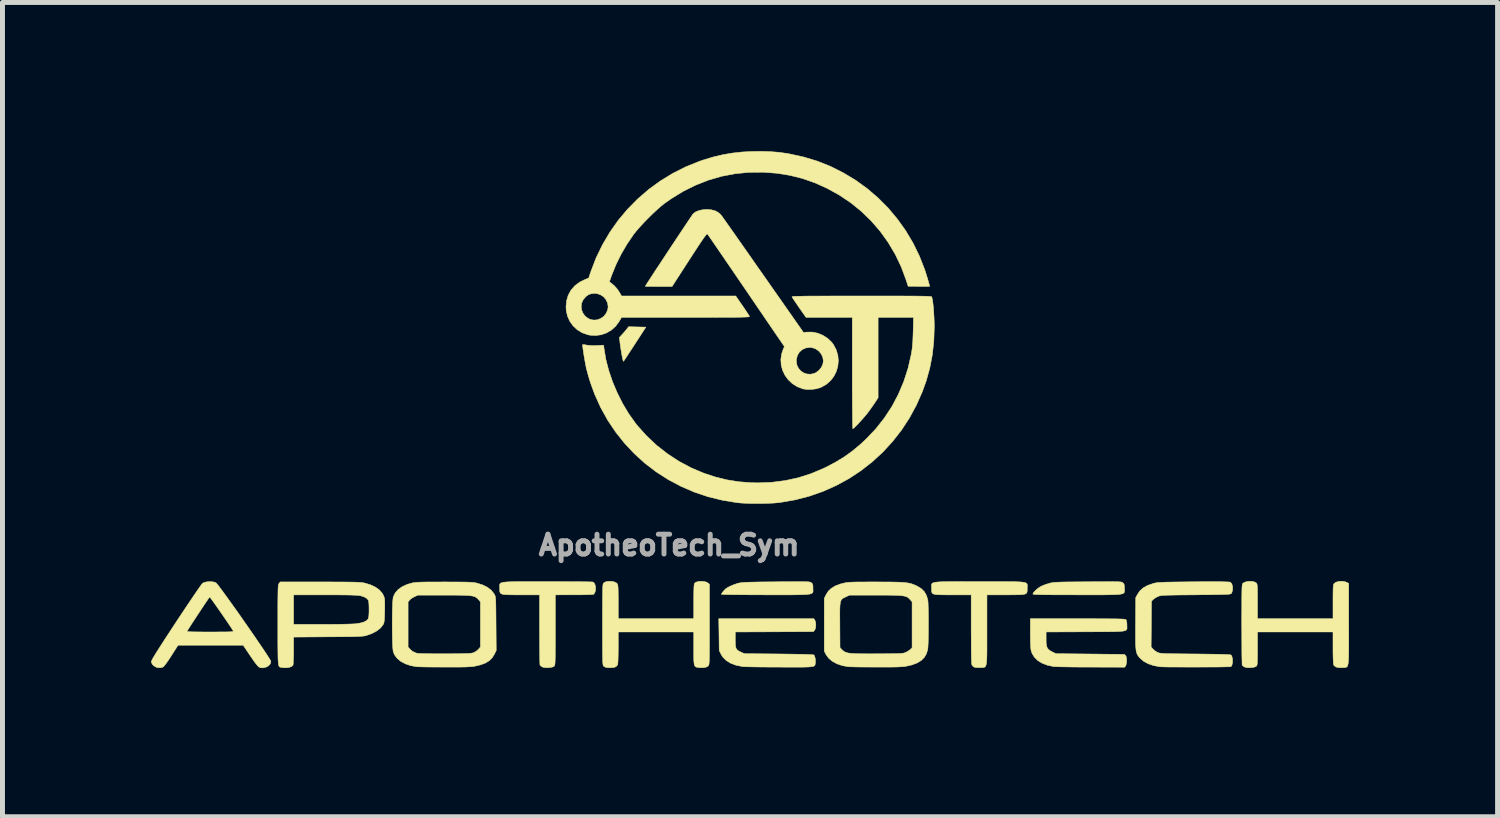
<source format=kicad_pcb>
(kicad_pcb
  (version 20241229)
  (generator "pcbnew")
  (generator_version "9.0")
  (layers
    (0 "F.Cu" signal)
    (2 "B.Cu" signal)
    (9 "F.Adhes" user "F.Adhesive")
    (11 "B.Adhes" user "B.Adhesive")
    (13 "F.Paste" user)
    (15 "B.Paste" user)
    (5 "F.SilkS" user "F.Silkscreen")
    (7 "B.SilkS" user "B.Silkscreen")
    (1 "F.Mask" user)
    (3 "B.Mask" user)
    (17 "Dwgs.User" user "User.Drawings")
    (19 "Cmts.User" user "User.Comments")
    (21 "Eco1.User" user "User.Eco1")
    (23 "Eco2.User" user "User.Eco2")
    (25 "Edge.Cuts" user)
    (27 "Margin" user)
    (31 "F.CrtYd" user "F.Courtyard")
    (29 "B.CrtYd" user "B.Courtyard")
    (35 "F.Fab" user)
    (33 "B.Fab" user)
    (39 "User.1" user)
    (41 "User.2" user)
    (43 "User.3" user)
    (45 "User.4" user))
  (footprint "ApotheoTech_Sym"
    (layer "F.Cu")
    (at 12.083 5.21)
    (property "Reference" "ApotheoTech_Sym" (at -1.626 2.743 0) (layer "F.Fab") (effects (font (size 0.4 0.4) (thickness 0.1))))
    (attr through_hole)
    (fp_poly (pts (xy -2.27 -1.661) (xy -2.096 -1.657) (xy -2.319 -1.314) (xy -2.373 -1.231) (xy -2.423 -1.155) (xy -2.467 -1.088) (xy -2.502 -1.034) (xy -2.529 -0.994) (xy -2.544 -0.972) (xy -2.546 -0.967) (xy -2.553 -0.974) (xy -2.557 -0.986) (xy -2.567 -1.027) (xy -2.579 -1.086) (xy -2.591 -1.156) (xy -2.603 -1.229) (xy -2.613 -1.299) (xy -2.617 -1.331) (xy -2.631 -1.449) (xy -2.57 -1.515) (xy -2.533 -1.556) (xy -2.499 -1.596) (xy -2.477 -1.623) (xy -2.445 -1.665) (xy -2.27 -1.661)) (stroke (width 0.01) (type solid)) (fill yes) (layer "F.SilkS"))
    (fp_poly (pts (xy 1.314 4.257) (xy 1.328 4.294) (xy 1.334 4.344) (xy 1.331 4.397) (xy 1.32 4.441) (xy 1.309 4.459) (xy 1.285 4.489) (xy 0.496 4.493) (xy -0.292 4.496) (xy -0.292 4.653) (xy -0.291 4.729) (xy -0.287 4.785) (xy -0.276 4.825) (xy -0.258 4.853) (xy -0.229 4.876) (xy -0.188 4.898) (xy -0.175 4.904) (xy -0.108 4.934) (xy 0.587 4.94) (xy 0.754 4.942) (xy 0.897 4.944) (xy 1.017 4.946) (xy 1.114 4.948) (xy 1.189 4.951) (xy 1.244 4.954) (xy 1.279 4.957) (xy 1.295 4.96) (xy 1.296 4.961) (xy 1.311 4.989) (xy 1.322 5.032) (xy 1.327 5.08) (xy 1.325 5.118) (xy 1.322 5.137) (xy 1.32 5.153) (xy 1.315 5.167) (xy 1.306 5.178) (xy 1.292 5.187) (xy 1.269 5.193) (xy 1.237 5.198) (xy 1.193 5.202) (xy 1.135 5.204) (xy 1.062 5.206) (xy 0.97 5.206) (xy 0.859 5.206) (xy 0.726 5.206) (xy 0.598 5.205) (xy 0.467 5.205) (xy 0.341 5.204) (xy 0.225 5.203) (xy 0.119 5.202) (xy 0.027 5.2) (xy -0.048 5.199) (xy -0.104 5.197) (xy -0.139 5.195) (xy -0.146 5.194) (xy -0.278 5.167) (xy -0.388 5.125) (xy -0.477 5.07) (xy -0.545 5.001) (xy -0.58 4.943) (xy -0.616 4.87) (xy -0.62 4.55) (xy -0.625 4.229) (xy 1.294 4.229) (xy 1.314 4.257)) (stroke (width 0.01) (type solid)) (fill yes) (layer "F.SilkS"))
    (fp_poly (pts (xy 1.069 3.481) (xy 1.121 3.482) (xy 1.161 3.483) (xy 1.19 3.485) (xy 1.211 3.488) (xy 1.225 3.492) (xy 1.235 3.496) (xy 1.243 3.501) (xy 1.245 3.503) (xy 1.262 3.52) (xy 1.272 3.541) (xy 1.276 3.573) (xy 1.276 3.613) (xy 1.277 3.638) (xy 1.278 3.66) (xy 1.278 3.678) (xy 1.274 3.694) (xy 1.266 3.707) (xy 1.251 3.718) (xy 1.229 3.727) (xy 1.196 3.733) (xy 1.153 3.739) (xy 1.096 3.742) (xy 1.024 3.744) (xy 0.936 3.746) (xy 0.829 3.747) (xy 0.703 3.747) (xy 0.555 3.747) (xy 0.385 3.747) (xy 0.322 3.747) (xy 0.173 3.746) (xy 0.032 3.746) (xy -0.1 3.745) (xy -0.219 3.744) (xy -0.324 3.743) (xy -0.413 3.742) (xy -0.485 3.74) (xy -0.536 3.739) (xy -0.565 3.737) (xy -0.572 3.736) (xy -0.564 3.718) (xy -0.544 3.689) (xy -0.517 3.657) (xy -0.49 3.629) (xy -0.489 3.628) (xy -0.451 3.602) (xy -0.395 3.572) (xy -0.33 3.545) (xy -0.263 3.521) (xy -0.221 3.509) (xy -0.198 3.505) (xy -0.17 3.501) (xy -0.134 3.497) (xy -0.089 3.494) (xy -0.033 3.492) (xy 0.037 3.49) (xy 0.124 3.488) (xy 0.228 3.486) (xy 0.353 3.485) (xy 0.501 3.484) (xy 0.54 3.483) (xy 0.688 3.482) (xy 0.813 3.481) (xy 0.917 3.481) (xy 1.001 3.481) (xy 1.069 3.481)) (stroke (width 0.01) (type solid)) (fill yes) (layer "F.SilkS"))
    (fp_poly (pts (xy 7.352 3.481) (xy 7.405 3.482) (xy 7.446 3.483) (xy 7.476 3.485) (xy 7.497 3.488) (xy 7.511 3.492) (xy 7.521 3.496) (xy 7.529 3.501) (xy 7.532 3.503) (xy 7.549 3.52) (xy 7.558 3.541) (xy 7.562 3.573) (xy 7.563 3.613) (xy 7.564 3.638) (xy 7.565 3.66) (xy 7.564 3.678) (xy 7.561 3.694) (xy 7.553 3.707) (xy 7.538 3.718) (xy 7.515 3.727) (xy 7.483 3.733) (xy 7.439 3.739) (xy 7.382 3.742) (xy 7.31 3.744) (xy 7.222 3.746) (xy 7.116 3.747) (xy 6.99 3.747) (xy 6.842 3.747) (xy 6.671 3.747) (xy 6.609 3.747) (xy 6.433 3.746) (xy 6.282 3.746) (xy 6.152 3.746) (xy 6.043 3.745) (xy 5.953 3.744) (xy 5.88 3.743) (xy 5.823 3.742) (xy 5.78 3.74) (xy 5.749 3.738) (xy 5.729 3.735) (xy 5.718 3.732) (xy 5.715 3.729) (xy 5.725 3.706) (xy 5.751 3.675) (xy 5.788 3.64) (xy 5.83 3.606) (xy 5.873 3.579) (xy 5.881 3.575) (xy 5.927 3.554) (xy 5.985 3.533) (xy 6.043 3.515) (xy 6.043 3.515) (xy 6.066 3.509) (xy 6.088 3.504) (xy 6.113 3.5) (xy 6.143 3.496) (xy 6.179 3.493) (xy 6.226 3.491) (xy 6.283 3.489) (xy 6.355 3.487) (xy 6.443 3.486) (xy 6.549 3.485) (xy 6.676 3.484) (xy 6.82 3.483) (xy 6.969 3.482) (xy 7.095 3.481) (xy 7.199 3.481) (xy 7.284 3.48) (xy 7.352 3.481)) (stroke (width 0.01) (type solid)) (fill yes) (layer "F.SilkS"))
    (fp_poly (pts (xy 6.801 4.229) (xy 6.957 4.229) (xy 7.091 4.23) (xy 7.204 4.23) (xy 7.299 4.231) (xy 7.378 4.231) (xy 7.44 4.233) (xy 7.49 4.234) (xy 7.527 4.236) (xy 7.555 4.238) (xy 7.574 4.241) (xy 7.586 4.244) (xy 7.593 4.247) (xy 7.596 4.25) (xy 7.607 4.278) (xy 7.613 4.326) (xy 7.614 4.358) (xy 7.614 4.384) (xy 7.615 4.406) (xy 7.615 4.425) (xy 7.611 4.441) (xy 7.602 4.454) (xy 7.586 4.465) (xy 7.561 4.473) (xy 7.526 4.48) (xy 7.479 4.484) (xy 7.417 4.487) (xy 7.34 4.49) (xy 7.245 4.491) (xy 7.131 4.492) (xy 6.995 4.492) (xy 6.837 4.493) (xy 6.775 4.493) (xy 5.982 4.496) (xy 5.982 4.633) (xy 5.983 4.712) (xy 5.99 4.771) (xy 6.004 4.814) (xy 6.028 4.847) (xy 6.063 4.874) (xy 6.102 4.896) (xy 6.179 4.934) (xy 6.871 4.941) (xy 7.001 4.942) (xy 7.123 4.944) (xy 7.235 4.945) (xy 7.334 4.946) (xy 7.419 4.947) (xy 7.486 4.948) (xy 7.534 4.949) (xy 7.561 4.95) (xy 7.565 4.95) (xy 7.575 4.96) (xy 7.587 4.973) (xy 7.6 4.999) (xy 7.607 5.042) (xy 7.607 5.091) (xy 7.602 5.137) (xy 7.591 5.173) (xy 7.588 5.179) (xy 7.568 5.207) (xy 6.886 5.205) (xy 6.754 5.205) (xy 6.628 5.204) (xy 6.509 5.203) (xy 6.402 5.201) (xy 6.309 5.2) (xy 6.231 5.198) (xy 6.173 5.196) (xy 6.136 5.194) (xy 6.128 5.193) (xy 6.005 5.166) (xy 5.899 5.125) (xy 5.812 5.071) (xy 5.744 5.003) (xy 5.697 4.925) (xy 5.678 4.864) (xy 5.674 4.832) (xy 5.67 4.779) (xy 5.667 4.711) (xy 5.665 4.631) (xy 5.664 4.545) (xy 5.664 4.514) (xy 5.664 4.229) (xy 6.621 4.229) (xy 6.801 4.229)) (stroke (width 0.01) (type solid)) (fill yes) (layer "F.SilkS"))
    (fp_poly (pts (xy -4.33 3.48) (xy -4.159 3.48) (xy -4.091 3.48) (xy -3.942 3.48) (xy -3.8 3.48) (xy -3.666 3.481) (xy -3.545 3.482) (xy -3.436 3.482) (xy -3.343 3.483) (xy -3.267 3.484) (xy -3.211 3.485) (xy -3.177 3.487) (xy -3.167 3.487) (xy -3.14 3.507) (xy -3.122 3.543) (xy -3.112 3.59) (xy -3.112 3.64) (xy -3.121 3.687) (xy -3.141 3.724) (xy -3.155 3.737) (xy -3.17 3.739) (xy -3.208 3.741) (xy -3.265 3.743) (xy -3.338 3.745) (xy -3.422 3.746) (xy -3.516 3.746) (xy -3.546 3.746) (xy -3.924 3.747) (xy -3.924 4.456) (xy -3.924 4.608) (xy -3.924 4.737) (xy -3.925 4.844) (xy -3.925 4.932) (xy -3.926 5.003) (xy -3.927 5.059) (xy -3.929 5.101) (xy -3.931 5.132) (xy -3.934 5.154) (xy -3.937 5.169) (xy -3.941 5.178) (xy -3.946 5.185) (xy -3.949 5.188) (xy -3.98 5.203) (xy -4.026 5.213) (xy -4.081 5.217) (xy -4.134 5.215) (xy -4.178 5.206) (xy -4.186 5.202) (xy -4.215 5.184) (xy -4.233 5.164) (xy -4.234 5.163) (xy -4.235 5.146) (xy -4.237 5.107) (xy -4.238 5.047) (xy -4.239 4.969) (xy -4.24 4.875) (xy -4.241 4.767) (xy -4.241 4.648) (xy -4.242 4.521) (xy -4.242 4.444) (xy -4.242 3.747) (xy -4.615 3.747) (xy -4.731 3.747) (xy -4.824 3.746) (xy -4.897 3.744) (xy -4.952 3.74) (xy -4.991 3.734) (xy -5.018 3.723) (xy -5.035 3.709) (xy -5.043 3.689) (xy -5.046 3.663) (xy -5.047 3.63) (xy -5.047 3.613) (xy -5.047 3.588) (xy -5.048 3.566) (xy -5.048 3.548) (xy -5.045 3.532) (xy -5.037 3.519) (xy -5.022 3.508) (xy -5 3.5) (xy -4.968 3.493) (xy -4.924 3.488) (xy -4.867 3.484) (xy -4.796 3.482) (xy -4.708 3.48) (xy -4.602 3.48) (xy -4.477 3.48) (xy -4.33 3.48)) (stroke (width 0.01) (type solid)) (fill yes) (layer "F.SilkS"))
    (fp_poly (pts (xy 4.372 3.48) (xy 4.539 3.48) (xy 4.636 3.48) (xy 4.816 3.48) (xy 4.972 3.48) (xy 5.106 3.48) (xy 5.22 3.48) (xy 5.315 3.481) (xy 5.393 3.483) (xy 5.456 3.486) (xy 5.505 3.49) (xy 5.542 3.496) (xy 5.568 3.504) (xy 5.586 3.513) (xy 5.596 3.525) (xy 5.602 3.54) (xy 5.603 3.557) (xy 5.602 3.577) (xy 5.601 3.6) (xy 5.601 3.613) (xy 5.601 3.649) (xy 5.599 3.678) (xy 5.594 3.7) (xy 5.582 3.717) (xy 5.561 3.729) (xy 5.528 3.738) (xy 5.482 3.743) (xy 5.419 3.745) (xy 5.337 3.746) (xy 5.233 3.747) (xy 5.169 3.747) (xy 4.788 3.747) (xy 4.788 4.456) (xy 4.788 4.613) (xy 4.788 4.747) (xy 4.788 4.859) (xy 4.787 4.952) (xy 4.785 5.027) (xy 4.782 5.086) (xy 4.777 5.131) (xy 4.77 5.164) (xy 4.761 5.187) (xy 4.749 5.201) (xy 4.734 5.209) (xy 4.716 5.213) (xy 4.693 5.214) (xy 4.667 5.214) (xy 4.652 5.215) (xy 4.602 5.215) (xy 4.558 5.212) (xy 4.533 5.206) (xy 4.502 5.185) (xy 4.485 5.162) (xy 4.481 5.145) (xy 4.478 5.11) (xy 4.476 5.057) (xy 4.474 4.984) (xy 4.472 4.89) (xy 4.471 4.774) (xy 4.471 4.634) (xy 4.47 4.471) (xy 4.47 4.438) (xy 4.47 3.747) (xy 4.096 3.747) (xy 3.981 3.747) (xy 3.888 3.746) (xy 3.816 3.744) (xy 3.762 3.74) (xy 3.723 3.734) (xy 3.697 3.723) (xy 3.682 3.709) (xy 3.673 3.689) (xy 3.671 3.663) (xy 3.67 3.63) (xy 3.67 3.613) (xy 3.67 3.588) (xy 3.668 3.567) (xy 3.668 3.548) (xy 3.671 3.532) (xy 3.679 3.519) (xy 3.693 3.508) (xy 3.714 3.5) (xy 3.746 3.493) (xy 3.788 3.488) (xy 3.843 3.484) (xy 3.913 3.482) (xy 3.999 3.48) (xy 4.103 3.48) (xy 4.227 3.479) (xy 4.372 3.48)) (stroke (width 0.01) (type solid)) (fill yes) (layer "F.SilkS"))
    (fp_poly (pts (xy -2.746 3.482) (xy -2.699 3.5) (xy -2.677 3.519) (xy -2.67 3.529) (xy -2.665 3.544) (xy -2.661 3.566) (xy -2.658 3.598) (xy -2.656 3.644) (xy -2.655 3.706) (xy -2.654 3.788) (xy -2.654 3.888) (xy -2.654 4.229) (xy -1.13 4.229) (xy -1.13 3.882) (xy -1.13 3.772) (xy -1.129 3.685) (xy -1.127 3.618) (xy -1.125 3.57) (xy -1.121 3.537) (xy -1.116 3.518) (xy -1.114 3.513) (xy -1.084 3.491) (xy -1.038 3.478) (xy -0.983 3.473) (xy -0.927 3.477) (xy -0.877 3.489) (xy -0.841 3.509) (xy -0.813 3.535) (xy -0.813 4.346) (xy -0.813 4.509) (xy -0.813 4.649) (xy -0.813 4.768) (xy -0.814 4.866) (xy -0.814 4.947) (xy -0.815 5.012) (xy -0.817 5.063) (xy -0.818 5.101) (xy -0.821 5.13) (xy -0.823 5.15) (xy -0.827 5.163) (xy -0.831 5.172) (xy -0.835 5.179) (xy -0.837 5.181) (xy -0.878 5.205) (xy -0.937 5.217) (xy -1.01 5.216) (xy -1.019 5.215) (xy -1.051 5.211) (xy -1.076 5.206) (xy -1.095 5.197) (xy -1.109 5.181) (xy -1.119 5.156) (xy -1.125 5.118) (xy -1.129 5.065) (xy -1.13 4.994) (xy -1.13 4.902) (xy -1.13 4.83) (xy -1.13 4.496) (xy -2.654 4.496) (xy -2.654 4.813) (xy -2.655 4.932) (xy -2.657 5.027) (xy -2.66 5.098) (xy -2.664 5.143) (xy -2.669 5.161) (xy -2.691 5.188) (xy -2.721 5.206) (xy -2.763 5.215) (xy -2.817 5.218) (xy -2.871 5.216) (xy -2.902 5.211) (xy -2.932 5.197) (xy -2.95 5.185) (xy -2.954 5.179) (xy -2.958 5.171) (xy -2.961 5.157) (xy -2.964 5.137) (xy -2.966 5.108) (xy -2.968 5.068) (xy -2.969 5.015) (xy -2.97 4.948) (xy -2.971 4.865) (xy -2.971 4.764) (xy -2.972 4.642) (xy -2.972 4.499) (xy -2.972 4.348) (xy -2.972 4.183) (xy -2.972 4.043) (xy -2.971 3.923) (xy -2.971 3.824) (xy -2.97 3.742) (xy -2.969 3.677) (xy -2.968 3.625) (xy -2.966 3.586) (xy -2.964 3.557) (xy -2.961 3.537) (xy -2.958 3.523) (xy -2.954 3.514) (xy -2.949 3.508) (xy -2.948 3.507) (xy -2.911 3.485) (xy -2.86 3.474) (xy -2.802 3.473) (xy -2.746 3.482)) (stroke (width 0.01) (type solid)) (fill yes) (layer "F.SilkS"))
    (fp_poly (pts (xy 11.998 3.477) (xy 12.05 3.494) (xy 12.062 3.5) (xy 12.09 3.518) (xy 12.09 4.342) (xy 12.091 4.511) (xy 12.091 4.657) (xy 12.091 4.781) (xy 12.09 4.885) (xy 12.089 4.971) (xy 12.087 5.04) (xy 12.083 5.095) (xy 12.078 5.136) (xy 12.071 5.167) (xy 12.063 5.188) (xy 12.052 5.201) (xy 12.038 5.209) (xy 12.022 5.213) (xy 12.003 5.214) (xy 11.981 5.215) (xy 11.966 5.216) (xy 11.893 5.216) (xy 11.836 5.204) (xy 11.798 5.178) (xy 11.787 5.162) (xy 11.782 5.135) (xy 11.778 5.084) (xy 11.775 5.007) (xy 11.773 4.905) (xy 11.773 4.813) (xy 11.773 4.496) (xy 10.249 4.496) (xy 10.249 4.83) (xy 10.249 4.931) (xy 10.248 5.01) (xy 10.247 5.07) (xy 10.246 5.113) (xy 10.243 5.143) (xy 10.239 5.163) (xy 10.234 5.176) (xy 10.227 5.185) (xy 10.224 5.188) (xy 10.193 5.203) (xy 10.147 5.213) (xy 10.092 5.217) (xy 10.039 5.215) (xy 9.995 5.206) (xy 9.987 5.202) (xy 9.958 5.184) (xy 9.94 5.164) (xy 9.94 5.163) (xy 9.938 5.147) (xy 9.937 5.107) (xy 9.936 5.047) (xy 9.934 4.968) (xy 9.933 4.872) (xy 9.933 4.762) (xy 9.932 4.64) (xy 9.932 4.508) (xy 9.931 4.369) (xy 9.931 4.338) (xy 9.931 4.175) (xy 9.932 4.036) (xy 9.932 3.918) (xy 9.932 3.82) (xy 9.933 3.74) (xy 9.934 3.676) (xy 9.935 3.626) (xy 9.937 3.588) (xy 9.939 3.56) (xy 9.942 3.541) (xy 9.945 3.528) (xy 9.95 3.52) (xy 9.954 3.514) (xy 9.956 3.512) (xy 9.995 3.49) (xy 10.048 3.477) (xy 10.107 3.473) (xy 10.163 3.479) (xy 10.208 3.495) (xy 10.225 3.507) (xy 10.232 3.516) (xy 10.238 3.528) (xy 10.242 3.546) (xy 10.245 3.574) (xy 10.247 3.615) (xy 10.248 3.671) (xy 10.249 3.745) (xy 10.249 3.841) (xy 10.249 3.88) (xy 10.249 4.229) (xy 11.773 4.229) (xy 11.773 3.888) (xy 11.773 3.784) (xy 11.774 3.704) (xy 11.775 3.642) (xy 11.777 3.597) (xy 11.779 3.565) (xy 11.783 3.543) (xy 11.789 3.529) (xy 11.795 3.519) (xy 11.83 3.493) (xy 11.881 3.478) (xy 11.939 3.472) (xy 11.998 3.477)) (stroke (width 0.01) (type solid)) (fill yes) (layer "F.SilkS"))
    (fp_poly (pts (xy -10.83 3.485) (xy -10.784 3.498) (xy -10.775 3.503) (xy -10.76 3.518) (xy -10.732 3.552) (xy -10.693 3.603) (xy -10.644 3.668) (xy -10.587 3.747) (xy -10.523 3.835) (xy -10.453 3.933) (xy -10.378 4.037) (xy -10.301 4.146) (xy -10.223 4.258) (xy -10.144 4.371) (xy -10.067 4.482) (xy -9.993 4.589) (xy -9.923 4.692) (xy -9.858 4.787) (xy -9.8 4.873) (xy -9.751 4.947) (xy -9.712 5.008) (xy -9.683 5.054) (xy -9.668 5.083) (xy -9.665 5.091) (xy -9.676 5.137) (xy -9.709 5.176) (xy -9.757 5.204) (xy -9.818 5.219) (xy -9.841 5.22) (xy -9.865 5.218) (xy -9.887 5.212) (xy -9.91 5.2) (xy -9.934 5.177) (xy -9.963 5.143) (xy -9.999 5.095) (xy -10.045 5.029) (xy -10.09 4.963) (xy -10.225 4.763) (xy -11.539 4.763) (xy -11.676 4.977) (xy -11.73 5.06) (xy -11.776 5.126) (xy -11.812 5.173) (xy -11.837 5.2) (xy -11.844 5.205) (xy -11.901 5.219) (xy -11.962 5.213) (xy -11.995 5.2) (xy -12.045 5.165) (xy -12.072 5.122) (xy -12.078 5.092) (xy -12.073 5.078) (xy -12.06 5.051) (xy -12.037 5.01) (xy -12.004 4.955) (xy -11.96 4.884) (xy -11.904 4.797) (xy -11.837 4.692) (xy -11.757 4.569) (xy -11.698 4.48) (xy -11.358 4.48) (xy -11.356 4.484) (xy -11.342 4.488) (xy -11.314 4.49) (xy -11.27 4.493) (xy -11.209 4.494) (xy -11.128 4.495) (xy -11.026 4.496) (xy -10.901 4.496) (xy -10.89 4.496) (xy -10.767 4.496) (xy -10.667 4.495) (xy -10.588 4.495) (xy -10.527 4.494) (xy -10.482 4.492) (xy -10.452 4.49) (xy -10.434 4.487) (xy -10.425 4.483) (xy -10.423 4.479) (xy -10.424 4.476) (xy -10.44 4.45) (xy -10.467 4.408) (xy -10.503 4.354) (xy -10.546 4.291) (xy -10.594 4.221) (xy -10.644 4.148) (xy -10.695 4.074) (xy -10.745 4.003) (xy -10.791 3.937) (xy -10.832 3.88) (xy -10.865 3.835) (xy -10.889 3.803) (xy -10.901 3.789) (xy -10.901 3.789) (xy -10.91 3.8) (xy -10.93 3.829) (xy -10.961 3.873) (xy -10.999 3.93) (xy -11.043 3.996) (xy -11.091 4.069) (xy -11.141 4.144) (xy -11.191 4.221) (xy -11.24 4.295) (xy -11.284 4.363) (xy -11.322 4.423) (xy -11.353 4.471) (xy -11.358 4.48) (xy -11.698 4.48) (xy -11.664 4.427) (xy -11.578 4.296) (xy -11.495 4.171) (xy -11.415 4.051) (xy -11.34 3.938) (xy -11.27 3.835) (xy -11.208 3.743) (xy -11.154 3.664) (xy -11.109 3.6) (xy -11.075 3.552) (xy -11.052 3.522) (xy -11.043 3.512) (xy -11.004 3.494) (xy -10.949 3.483) (xy -10.889 3.48) (xy -10.83 3.485)) (stroke (width 0.01) (type solid)) (fill yes) (layer "F.SilkS"))
    (fp_poly (pts (xy -8.672 3.486) (xy -8.506 3.486) (xy -8.364 3.487) (xy -8.243 3.487) (xy -8.142 3.488) (xy -8.057 3.489) (xy -7.988 3.49) (xy -7.932 3.492) (xy -7.886 3.494) (xy -7.85 3.497) (xy -7.821 3.5) (xy -7.796 3.504) (xy -7.775 3.508) (xy -7.774 3.508) (xy -7.655 3.544) (xy -7.555 3.591) (xy -7.475 3.649) (xy -7.416 3.716) (xy -7.392 3.761) (xy -7.382 3.785) (xy -7.375 3.809) (xy -7.37 3.837) (xy -7.368 3.873) (xy -7.367 3.921) (xy -7.367 3.987) (xy -7.368 4.062) (xy -7.37 4.149) (xy -7.373 4.215) (xy -7.376 4.263) (xy -7.381 4.297) (xy -7.387 4.322) (xy -7.395 4.34) (xy -7.448 4.411) (xy -7.525 4.473) (xy -7.624 4.526) (xy -7.741 4.568) (xy -7.76 4.573) (xy -7.782 4.577) (xy -7.809 4.58) (xy -7.844 4.583) (xy -7.889 4.586) (xy -7.945 4.588) (xy -8.016 4.59) (xy -8.103 4.591) (xy -8.208 4.592) (xy -8.334 4.593) (xy -8.482 4.594) (xy -8.512 4.594) (xy -9.207 4.599) (xy -9.207 4.872) (xy -9.208 4.957) (xy -9.21 5.032) (xy -9.212 5.095) (xy -9.215 5.141) (xy -9.219 5.166) (xy -9.22 5.168) (xy -9.246 5.192) (xy -9.291 5.209) (xy -9.349 5.218) (xy -9.414 5.217) (xy -9.458 5.211) (xy -9.471 5.208) (xy -9.483 5.205) (xy -9.492 5.198) (xy -9.5 5.188) (xy -9.507 5.17) (xy -9.512 5.145) (xy -9.516 5.11) (xy -9.52 5.063) (xy -9.522 5.002) (xy -9.523 4.925) (xy -9.524 4.832) (xy -9.525 4.719) (xy -9.525 4.586) (xy -9.525 4.429) (xy -9.525 4.348) (xy -9.525 4.186) (xy -9.525 4.046) (xy -9.525 3.929) (xy -9.524 3.831) (xy -9.523 3.75) (xy -9.523 3.747) (xy -9.207 3.747) (xy -9.207 4.343) (xy -8.639 4.343) (xy -8.516 4.343) (xy -8.397 4.342) (xy -8.284 4.341) (xy -8.182 4.339) (xy -8.094 4.337) (xy -8.022 4.334) (xy -7.97 4.332) (xy -7.95 4.33) (xy -7.856 4.315) (xy -7.782 4.293) (xy -7.729 4.263) (xy -7.7 4.229) (xy -7.692 4.201) (xy -7.687 4.154) (xy -7.684 4.095) (xy -7.684 4.031) (xy -7.685 3.967) (xy -7.688 3.911) (xy -7.694 3.87) (xy -7.699 3.854) (xy -7.728 3.819) (xy -7.78 3.789) (xy -7.852 3.766) (xy -7.88 3.76) (xy -7.913 3.757) (xy -7.97 3.754) (xy -8.05 3.751) (xy -8.153 3.749) (xy -8.276 3.748) (xy -8.418 3.747) (xy -8.58 3.747) (xy -9.207 3.747) (xy -9.523 3.747) (xy -9.522 3.686) (xy -9.521 3.635) (xy -9.519 3.597) (xy -9.517 3.569) (xy -9.514 3.548) (xy -9.511 3.534) (xy -9.507 3.525) (xy -9.502 3.518) (xy -9.501 3.516) (xy -9.476 3.486) (xy -8.672 3.486)) (stroke (width 0.01) (type solid)) (fill yes) (layer "F.SilkS"))
    (fp_poly (pts (xy 9.41 3.482) (xy 9.51 3.482) (xy 9.588 3.484) (xy 9.646 3.486) (xy 9.683 3.488) (xy 9.701 3.491) (xy 9.701 3.492) (xy 9.726 3.518) (xy 9.742 3.56) (xy 9.748 3.611) (xy 9.743 3.663) (xy 9.728 3.707) (xy 9.722 3.717) (xy 9.717 3.722) (xy 9.709 3.726) (xy 9.695 3.73) (xy 9.675 3.733) (xy 9.645 3.736) (xy 9.604 3.738) (xy 9.549 3.739) (xy 9.479 3.741) (xy 9.392 3.742) (xy 9.286 3.744) (xy 9.158 3.745) (xy 9.007 3.746) (xy 9.002 3.747) (xy 8.851 3.748) (xy 8.723 3.749) (xy 8.616 3.75) (xy 8.528 3.752) (xy 8.457 3.753) (xy 8.4 3.755) (xy 8.356 3.757) (xy 8.322 3.76) (xy 8.296 3.763) (xy 8.277 3.767) (xy 8.261 3.771) (xy 8.247 3.777) (xy 8.234 3.782) (xy 8.191 3.805) (xy 8.154 3.831) (xy 8.139 3.844) (xy 8.109 3.876) (xy 8.102 4.798) (xy 8.137 4.839) (xy 8.171 4.87) (xy 8.214 4.899) (xy 8.229 4.907) (xy 8.242 4.913) (xy 8.256 4.918) (xy 8.274 4.922) (xy 8.296 4.925) (xy 8.326 4.928) (xy 8.365 4.931) (xy 8.415 4.933) (xy 8.48 4.934) (xy 8.56 4.936) (xy 8.658 4.937) (xy 8.777 4.938) (xy 8.917 4.94) (xy 8.994 4.94) (xy 9.163 4.942) (xy 9.308 4.944) (xy 9.429 4.946) (xy 9.527 4.948) (xy 9.604 4.951) (xy 9.66 4.953) (xy 9.696 4.957) (xy 9.714 4.96) (xy 9.716 4.961) (xy 9.733 4.992) (xy 9.743 5.036) (xy 9.746 5.087) (xy 9.741 5.136) (xy 9.729 5.175) (xy 9.713 5.196) (xy 9.698 5.198) (xy 9.661 5.199) (xy 9.603 5.2) (xy 9.529 5.202) (xy 9.44 5.203) (xy 9.34 5.203) (xy 9.232 5.204) (xy 9.118 5.204) (xy 9.001 5.205) (xy 8.883 5.205) (xy 8.769 5.204) (xy 8.659 5.204) (xy 8.558 5.203) (xy 8.469 5.203) (xy 8.393 5.202) (xy 8.333 5.2) (xy 8.294 5.199) (xy 8.28 5.198) (xy 8.155 5.175) (xy 8.045 5.138) (xy 7.952 5.088) (xy 7.88 5.026) (xy 7.879 5.025) (xy 7.857 5) (xy 7.839 4.976) (xy 7.823 4.951) (xy 7.812 4.922) (xy 7.802 4.888) (xy 7.796 4.844) (xy 7.791 4.79) (xy 7.788 4.722) (xy 7.787 4.637) (xy 7.787 4.534) (xy 7.787 4.41) (xy 7.788 4.316) (xy 7.791 3.804) (xy 7.826 3.739) (xy 7.876 3.665) (xy 7.944 3.605) (xy 8.031 3.556) (xy 8.139 3.519) (xy 8.173 3.51) (xy 8.195 3.505) (xy 8.222 3.501) (xy 8.255 3.498) (xy 8.297 3.495) (xy 8.35 3.493) (xy 8.415 3.49) (xy 8.496 3.489) (xy 8.594 3.487) (xy 8.711 3.486) (xy 8.85 3.484) (xy 8.968 3.483) (xy 9.14 3.482) (xy 9.287 3.482) (xy 9.41 3.482)) (stroke (width 0.01) (type solid)) (fill yes) (layer "F.SilkS"))
    (fp_poly (pts (xy -6.028 3.487) (xy -5.913 3.487) (xy -5.818 3.488) (xy -5.74 3.489) (xy -5.678 3.491) (xy -5.629 3.493) (xy -5.589 3.496) (xy -5.557 3.5) (xy -5.529 3.505) (xy -5.514 3.508) (xy -5.395 3.545) (xy -5.295 3.594) (xy -5.216 3.655) (xy -5.159 3.728) (xy -5.152 3.739) (xy -5.145 3.753) (xy -5.14 3.767) (xy -5.135 3.784) (xy -5.132 3.806) (xy -5.129 3.837) (xy -5.127 3.879) (xy -5.125 3.933) (xy -5.124 4.003) (xy -5.123 4.091) (xy -5.122 4.2) (xy -5.121 4.33) (xy -5.117 4.869) (xy -5.157 4.95) (xy -5.201 5.02) (xy -5.26 5.077) (xy -5.335 5.123) (xy -5.429 5.158) (xy -5.546 5.186) (xy -5.558 5.188) (xy -5.593 5.193) (xy -5.635 5.197) (xy -5.686 5.2) (xy -5.749 5.203) (xy -5.827 5.204) (xy -5.923 5.205) (xy -6.039 5.205) (xy -6.171 5.205) (xy -6.283 5.204) (xy -6.389 5.204) (xy -6.485 5.203) (xy -6.569 5.202) (xy -6.637 5.2) (xy -6.687 5.199) (xy -6.715 5.198) (xy -6.718 5.198) (xy -6.842 5.176) (xy -6.95 5.139) (xy -7.043 5.09) (xy -7.116 5.029) (xy -7.169 4.959) (xy -7.194 4.899) (xy -7.2 4.866) (xy -7.205 4.812) (xy -7.209 4.74) (xy -7.212 4.653) (xy -7.214 4.556) (xy -7.215 4.451) (xy -7.216 4.342) (xy -7.215 4.234) (xy -7.214 4.129) (xy -7.212 4.032) (xy -7.209 3.946) (xy -7.206 3.888) (xy -6.896 3.888) (xy -6.896 4.799) (xy -6.863 4.838) (xy -6.811 4.885) (xy -6.744 4.917) (xy -6.709 4.927) (xy -6.686 4.929) (xy -6.641 4.931) (xy -6.576 4.933) (xy -6.495 4.935) (xy -6.4 4.936) (xy -6.295 4.936) (xy -6.183 4.936) (xy -6.14 4.936) (xy -6.011 4.936) (xy -5.903 4.935) (xy -5.817 4.934) (xy -5.748 4.932) (xy -5.694 4.931) (xy -5.653 4.928) (xy -5.623 4.925) (xy -5.6 4.921) (xy -5.582 4.917) (xy -5.567 4.911) (xy -5.566 4.91) (xy -5.522 4.885) (xy -5.481 4.851) (xy -5.474 4.843) (xy -5.436 4.8) (xy -5.436 3.887) (xy -5.474 3.843) (xy -5.493 3.822) (xy -5.513 3.805) (xy -5.534 3.791) (xy -5.561 3.78) (xy -5.595 3.771) (xy -5.639 3.764) (xy -5.696 3.759) (xy -5.766 3.756) (xy -5.854 3.754) (xy -5.96 3.753) (xy -6.089 3.753) (xy -6.172 3.753) (xy -6.699 3.753) (xy -6.766 3.783) (xy -6.81 3.807) (xy -6.849 3.835) (xy -6.865 3.851) (xy -6.896 3.888) (xy -7.206 3.888) (xy -7.205 3.874) (xy -7.2 3.82) (xy -7.195 3.789) (xy -7.158 3.711) (xy -7.1 3.643) (xy -7.02 3.585) (xy -6.921 3.538) (xy -6.82 3.508) (xy -6.794 3.503) (xy -6.765 3.499) (xy -6.73 3.495) (xy -6.688 3.492) (xy -6.635 3.49) (xy -6.568 3.488) (xy -6.486 3.487) (xy -6.385 3.487) (xy -6.264 3.487) (xy -6.166 3.486) (xy -6.028 3.487)) (stroke (width 0.01) (type solid)) (fill yes) (layer "F.SilkS"))
    (fp_poly (pts (xy 2.553 3.486) (xy 2.699 3.487) (xy 2.823 3.487) (xy 2.927 3.489) (xy 3.013 3.491) (xy 3.085 3.495) (xy 3.144 3.5) (xy 3.194 3.507) (xy 3.237 3.516) (xy 3.276 3.527) (xy 3.314 3.541) (xy 3.352 3.558) (xy 3.372 3.567) (xy 3.458 3.618) (xy 3.523 3.681) (xy 3.568 3.759) (xy 3.594 3.849) (xy 3.598 3.882) (xy 3.601 3.936) (xy 3.603 4.008) (xy 3.605 4.094) (xy 3.606 4.189) (xy 3.607 4.291) (xy 3.606 4.395) (xy 3.606 4.497) (xy 3.604 4.593) (xy 3.603 4.68) (xy 3.6 4.753) (xy 3.597 4.81) (xy 3.593 4.845) (xy 3.593 4.846) (xy 3.567 4.935) (xy 3.523 5.01) (xy 3.46 5.072) (xy 3.377 5.122) (xy 3.273 5.161) (xy 3.154 5.188) (xy 3.119 5.193) (xy 3.077 5.197) (xy 3.026 5.2) (xy 2.963 5.203) (xy 2.885 5.204) (xy 2.789 5.205) (xy 2.674 5.205) (xy 2.542 5.205) (xy 2.429 5.204) (xy 2.323 5.204) (xy 2.227 5.203) (xy 2.143 5.202) (xy 2.075 5.2) (xy 2.025 5.199) (xy 1.997 5.198) (xy 1.994 5.198) (xy 1.869 5.175) (xy 1.759 5.138) (xy 1.666 5.087) (xy 1.592 5.024) (xy 1.538 4.95) (xy 1.535 4.943) (xy 1.505 4.883) (xy 1.505 4.096) (xy 1.818 4.096) (xy 1.818 4.193) (xy 1.819 4.313) (xy 1.819 4.358) (xy 1.822 4.811) (xy 1.854 4.845) (xy 1.875 4.867) (xy 1.897 4.884) (xy 1.92 4.899) (xy 1.949 4.911) (xy 1.986 4.92) (xy 2.032 4.927) (xy 2.09 4.931) (xy 2.162 4.935) (xy 2.252 4.936) (xy 2.361 4.937) (xy 2.492 4.937) (xy 2.572 4.936) (xy 2.701 4.936) (xy 2.807 4.935) (xy 2.892 4.934) (xy 2.961 4.933) (xy 3.013 4.931) (xy 3.054 4.929) (xy 3.084 4.926) (xy 3.107 4.922) (xy 3.125 4.917) (xy 3.141 4.912) (xy 3.153 4.906) (xy 3.195 4.883) (xy 3.232 4.857) (xy 3.245 4.846) (xy 3.277 4.814) (xy 3.277 3.887) (xy 3.238 3.843) (xy 3.219 3.822) (xy 3.2 3.805) (xy 3.178 3.791) (xy 3.151 3.78) (xy 3.117 3.771) (xy 3.073 3.764) (xy 3.017 3.759) (xy 2.946 3.756) (xy 2.859 3.754) (xy 2.752 3.753) (xy 2.623 3.753) (xy 2.54 3.753) (xy 2.013 3.753) (xy 1.94 3.787) (xy 1.909 3.802) (xy 1.884 3.815) (xy 1.863 3.83) (xy 1.848 3.849) (xy 1.836 3.875) (xy 1.828 3.91) (xy 1.822 3.957) (xy 1.819 4.018) (xy 1.818 4.096) (xy 1.505 4.096) (xy 1.505 3.816) (xy 1.541 3.744) (xy 1.586 3.672) (xy 1.648 3.614) (xy 1.728 3.566) (xy 1.829 3.528) (xy 1.899 3.51) (xy 1.926 3.504) (xy 1.954 3.499) (xy 1.986 3.495) (xy 2.026 3.492) (xy 2.074 3.49) (xy 2.135 3.488) (xy 2.21 3.487) (xy 2.303 3.487) (xy 2.415 3.486) (xy 2.55 3.486) (xy 2.553 3.486)) (stroke (width 0.01) (type solid)) (fill yes) (layer "F.SilkS"))
    (fp_poly (pts (xy -0.775 -4.025) (xy -0.699 -4.005) (xy -0.683 -3.998) (xy -0.634 -3.97) (xy -0.593 -3.935) (xy -0.556 -3.89) (xy -0.542 -3.87) (xy -0.514 -3.83) (xy -0.473 -3.772) (xy -0.421 -3.698) (xy -0.358 -3.609) (xy -0.286 -3.507) (xy -0.206 -3.392) (xy -0.118 -3.267) (xy -0.023 -3.132) (xy 0.076 -2.99) (xy 0.18 -2.841) (xy 0.288 -2.688) (xy 0.292 -2.682) (xy 1.085 -1.549) (xy 1.155 -1.557) (xy 1.265 -1.557) (xy 1.375 -1.534) (xy 1.48 -1.49) (xy 1.575 -1.428) (xy 1.656 -1.35) (xy 1.69 -1.304) (xy 1.745 -1.2) (xy 1.778 -1.09) (xy 1.789 -0.979) (xy 1.778 -0.869) (xy 1.748 -0.764) (xy 1.699 -0.665) (xy 1.632 -0.578) (xy 1.547 -0.503) (xy 1.447 -0.446) (xy 1.413 -0.432) (xy 1.336 -0.411) (xy 1.249 -0.4) (xy 1.161 -0.399) (xy 1.084 -0.409) (xy 1.068 -0.413) (xy 0.957 -0.456) (xy 0.859 -0.518) (xy 0.777 -0.596) (xy 0.711 -0.686) (xy 0.663 -0.786) (xy 0.635 -0.893) (xy 0.63 -0.974) (xy 0.94 -0.974) (xy 0.951 -0.895) (xy 0.983 -0.827) (xy 1.031 -0.772) (xy 1.091 -0.732) (xy 1.161 -0.71) (xy 1.235 -0.707) (xy 1.311 -0.726) (xy 1.331 -0.736) (xy 1.393 -0.78) (xy 1.442 -0.839) (xy 1.475 -0.906) (xy 1.486 -0.975) (xy 1.474 -1.051) (xy 1.441 -1.119) (xy 1.391 -1.177) (xy 1.328 -1.22) (xy 1.255 -1.244) (xy 1.213 -1.248) (xy 1.13 -1.236) (xy 1.059 -1.204) (xy 1.002 -1.153) (xy 0.962 -1.086) (xy 0.942 -1.008) (xy 0.94 -0.974) (xy 0.63 -0.974) (xy 0.628 -1.004) (xy 0.644 -1.116) (xy 0.674 -1.206) (xy 0.7 -1.266) (xy 0.574 -1.449) (xy 0.548 -1.487) (xy 0.509 -1.544) (xy 0.458 -1.619) (xy 0.397 -1.709) (xy 0.326 -1.812) (xy 0.248 -1.927) (xy 0.163 -2.051) (xy 0.073 -2.184) (xy -0.021 -2.322) (xy -0.118 -2.464) (xy -0.196 -2.578) (xy -0.291 -2.717) (xy -0.382 -2.851) (xy -0.469 -2.977) (xy -0.549 -3.095) (xy -0.622 -3.201) (xy -0.687 -3.296) (xy -0.743 -3.378) (xy -0.789 -3.445) (xy -0.824 -3.495) (xy -0.847 -3.527) (xy -0.856 -3.54) (xy -0.856 -3.54) (xy -0.862 -3.539) (xy -0.874 -3.528) (xy -0.893 -3.505) (xy -0.92 -3.469) (xy -0.955 -3.419) (xy -1 -3.353) (xy -1.055 -3.269) (xy -1.122 -3.167) (xy -1.201 -3.045) (xy -1.22 -3.016) (xy -1.568 -2.477) (xy -1.838 -2.477) (xy -1.918 -2.477) (xy -1.988 -2.478) (xy -2.046 -2.479) (xy -2.086 -2.48) (xy -2.107 -2.482) (xy -2.108 -2.483) (xy -2.101 -2.494) (xy -2.082 -2.525) (xy -2.051 -2.573) (xy -2.01 -2.636) (xy -1.961 -2.712) (xy -1.905 -2.798) (xy -1.842 -2.892) (xy -1.776 -2.993) (xy -1.706 -3.099) (xy -1.635 -3.207) (xy -1.564 -3.314) (xy -1.494 -3.42) (xy -1.426 -3.522) (xy -1.362 -3.618) (xy -1.304 -3.705) (xy -1.252 -3.782) (xy -1.209 -3.847) (xy -1.175 -3.897) (xy -1.152 -3.931) (xy -1.141 -3.945) (xy -1.141 -3.945) (xy -1.09 -3.984) (xy -1.022 -4.011) (xy -0.942 -4.028) (xy -0.858 -4.033) (xy -0.775 -4.025)) (stroke (width 0.01) (type solid)) (fill yes) (layer "F.SilkS"))
    (fp_poly (pts (xy 0.421 -5.199) (xy 0.584 -5.186) (xy 0.749 -5.163) (xy 0.796 -5.155) (xy 1.085 -5.092) (xy 1.366 -5.007) (xy 1.636 -4.899) (xy 1.894 -4.769) (xy 2.141 -4.62) (xy 2.373 -4.452) (xy 2.591 -4.265) (xy 2.794 -4.061) (xy 2.979 -3.84) (xy 3.147 -3.605) (xy 3.296 -3.355) (xy 3.425 -3.091) (xy 3.533 -2.815) (xy 3.588 -2.64) (xy 3.605 -2.581) (xy 3.619 -2.532) (xy 3.628 -2.497) (xy 3.632 -2.482) (xy 3.632 -2.482) (xy 3.62 -2.48) (xy 3.587 -2.479) (xy 3.536 -2.478) (xy 3.473 -2.479) (xy 3.415 -2.479) (xy 3.197 -2.483) (xy 3.156 -2.61) (xy 3.058 -2.873) (xy 2.938 -3.125) (xy 2.797 -3.363) (xy 2.636 -3.588) (xy 2.456 -3.797) (xy 2.258 -3.99) (xy 2.043 -4.165) (xy 1.811 -4.321) (xy 1.566 -4.457) (xy 1.317 -4.569) (xy 1.066 -4.657) (xy 0.81 -4.721) (xy 0.546 -4.763) (xy 0.27 -4.784) (xy 0.267 -4.784) (xy -0.017 -4.781) (xy -0.295 -4.754) (xy -0.567 -4.702) (xy -0.832 -4.625) (xy -1.09 -4.524) (xy -1.342 -4.399) (xy -1.586 -4.249) (xy -1.718 -4.156) (xy -1.789 -4.1) (xy -1.871 -4.028) (xy -1.959 -3.946) (xy -2.05 -3.856) (xy -2.139 -3.765) (xy -2.221 -3.676) (xy -2.292 -3.594) (xy -2.342 -3.531) (xy -2.474 -3.338) (xy -2.595 -3.131) (xy -2.7 -2.918) (xy -2.786 -2.706) (xy -2.793 -2.686) (xy -2.833 -2.572) (xy -2.798 -2.547) (xy -2.733 -2.492) (xy -2.672 -2.423) (xy -2.627 -2.355) (xy -2.588 -2.286) (xy -1.435 -2.286) (xy -0.283 -2.286) (xy -0.147 -2.09) (xy -0.104 -2.027) (xy -0.066 -1.97) (xy -0.035 -1.923) (xy -0.014 -1.89) (xy -0.005 -1.874) (xy -0.005 -1.871) (xy -0.011 -1.868) (xy -0.023 -1.865) (xy -0.042 -1.863) (xy -0.07 -1.861) (xy -0.109 -1.86) (xy -0.16 -1.858) (xy -0.224 -1.857) (xy -0.302 -1.856) (xy -0.397 -1.856) (xy -0.509 -1.855) (xy -0.64 -1.855) (xy -0.792 -1.854) (xy -0.965 -1.854) (xy -1.161 -1.854) (xy -1.292 -1.854) (xy -2.587 -1.854) (xy -2.637 -1.77) (xy -2.706 -1.676) (xy -2.791 -1.599) (xy -2.89 -1.541) (xy -2.998 -1.503) (xy -3.111 -1.488) (xy -3.227 -1.495) (xy -3.27 -1.504) (xy -3.383 -1.544) (xy -3.482 -1.605) (xy -3.566 -1.683) (xy -3.632 -1.776) (xy -3.679 -1.881) (xy -3.704 -1.995) (xy -3.708 -2.064) (xy -3.708 -2.072) (xy -3.402 -2.072) (xy -3.393 -2.005) (xy -3.368 -1.942) (xy -3.33 -1.888) (xy -3.279 -1.844) (xy -3.22 -1.813) (xy -3.152 -1.799) (xy -3.08 -1.804) (xy -3.009 -1.83) (xy -2.946 -1.874) (xy -2.898 -1.935) (xy -2.867 -2.005) (xy -2.858 -2.07) (xy -2.87 -2.146) (xy -2.903 -2.215) (xy -2.953 -2.272) (xy -3.017 -2.313) (xy -3.091 -2.336) (xy -3.129 -2.339) (xy -3.2 -2.332) (xy -3.258 -2.311) (xy -3.311 -2.271) (xy -3.313 -2.269) (xy -3.364 -2.207) (xy -3.393 -2.14) (xy -3.402 -2.072) (xy -3.708 -2.072) (xy -3.697 -2.189) (xy -3.663 -2.303) (xy -3.607 -2.404) (xy -3.53 -2.492) (xy -3.434 -2.564) (xy -3.332 -2.615) (xy -3.25 -2.648) (xy -3.207 -2.778) (xy -3.101 -3.055) (xy -2.972 -3.32) (xy -2.823 -3.573) (xy -2.655 -3.812) (xy -2.467 -4.036) (xy -2.262 -4.244) (xy -2.041 -4.435) (xy -1.805 -4.607) (xy -1.554 -4.76) (xy -1.291 -4.893) (xy -1.016 -5.004) (xy -0.94 -5.03) (xy -0.738 -5.091) (xy -0.545 -5.137) (xy -0.353 -5.17) (xy -0.154 -5.192) (xy 0.061 -5.203) (xy 0.065 -5.203) (xy 0.251 -5.205) (xy 0.421 -5.199)) (stroke (width 0.01) (type solid)) (fill yes) (layer "F.SilkS"))
    (fp_poly (pts (xy 2.479 -2.286) (xy 2.674 -2.286) (xy 2.847 -2.286) (xy 2.999 -2.286) (xy 3.131 -2.285) (xy 3.245 -2.285) (xy 3.341 -2.284) (xy 3.422 -2.283) (xy 3.489 -2.282) (xy 3.543 -2.281) (xy 3.585 -2.28) (xy 3.617 -2.278) (xy 3.641 -2.276) (xy 3.657 -2.274) (xy 3.667 -2.271) (xy 3.673 -2.268) (xy 3.675 -2.265) (xy 3.675 -2.264) (xy 3.687 -2.214) (xy 3.697 -2.144) (xy 3.707 -2.057) (xy 3.714 -1.958) (xy 3.72 -1.852) (xy 3.724 -1.742) (xy 3.725 -1.651) (xy 3.715 -1.367) (xy 3.685 -1.095) (xy 3.634 -0.83) (xy 3.561 -0.569) (xy 3.485 -0.358) (xy 3.365 -0.085) (xy 3.224 0.175) (xy 3.064 0.42) (xy 2.884 0.65) (xy 2.688 0.864) (xy 2.475 1.06) (xy 2.247 1.238) (xy 2.006 1.398) (xy 1.751 1.537) (xy 1.485 1.656) (xy 1.209 1.753) (xy 0.923 1.828) (xy 0.629 1.879) (xy 0.576 1.886) (xy 0.488 1.894) (xy 0.382 1.899) (xy 0.264 1.902) (xy 0.141 1.903) (xy 0.02 1.902) (xy -0.094 1.898) (xy -0.194 1.892) (xy -0.254 1.886) (xy -0.552 1.837) (xy -0.842 1.766) (xy -1.121 1.672) (xy -1.389 1.556) (xy -1.645 1.42) (xy -1.887 1.265) (xy -2.116 1.09) (xy -2.329 0.897) (xy -2.526 0.687) (xy -2.706 0.461) (xy -2.868 0.219) (xy -3.01 -0.037) (xy -3.132 -0.308) (xy -3.212 -0.528) (xy -3.237 -0.606) (xy -3.261 -0.688) (xy -3.282 -0.766) (xy -3.299 -0.831) (xy -3.302 -0.845) (xy -3.313 -0.9) (xy -3.325 -0.966) (xy -3.337 -1.036) (xy -3.349 -1.106) (xy -3.359 -1.173) (xy -3.367 -1.23) (xy -3.372 -1.274) (xy -3.374 -1.3) (xy -3.373 -1.305) (xy -3.359 -1.305) (xy -3.327 -1.301) (xy -3.29 -1.294) (xy -3.23 -1.287) (xy -3.154 -1.284) (xy -3.08 -1.286) (xy -2.949 -1.293) (xy -2.94 -1.221) (xy -2.904 -1.005) (xy -2.846 -0.782) (xy -2.77 -0.557) (xy -2.676 -0.335) (xy -2.568 -0.119) (xy -2.447 0.084) (xy -2.314 0.272) (xy -2.272 0.326) (xy -2.084 0.536) (xy -1.88 0.728) (xy -1.66 0.9) (xy -1.426 1.053) (xy -1.18 1.184) (xy -0.922 1.293) (xy -0.703 1.365) (xy -0.463 1.425) (xy -0.221 1.464) (xy 0.03 1.483) (xy 0.168 1.486) (xy 0.447 1.475) (xy 0.717 1.44) (xy 0.979 1.383) (xy 1.236 1.301) (xy 1.489 1.195) (xy 1.543 1.169) (xy 1.734 1.068) (xy 1.908 0.962) (xy 2.07 0.845) (xy 2.23 0.713) (xy 2.354 0.597) (xy 2.547 0.394) (xy 2.719 0.175) (xy 2.871 -0.057) (xy 3.001 -0.303) (xy 3.11 -0.562) (xy 3.197 -0.831) (xy 3.261 -1.112) (xy 3.264 -1.132) (xy 3.276 -1.203) (xy 3.284 -1.278) (xy 3.291 -1.361) (xy 3.295 -1.459) (xy 3.299 -1.572) (xy 3.305 -1.854) (xy 2.591 -1.854) (xy 2.591 -0.232) (xy 2.526 -0.132) (xy 2.486 -0.073) (xy 2.439 -0.007) (xy 2.394 0.055) (xy 2.386 0.066) (xy 2.351 0.11) (xy 2.309 0.159) (xy 2.263 0.212) (xy 2.215 0.264) (xy 2.171 0.312) (xy 2.131 0.351) (xy 2.101 0.38) (xy 2.084 0.393) (xy 2.081 0.394) (xy 2.08 0.381) (xy 2.078 0.345) (xy 2.076 0.286) (xy 2.075 0.207) (xy 2.074 0.109) (xy 2.073 -0.007) (xy 2.072 -0.139) (xy 2.071 -0.286) (xy 2.07 -0.445) (xy 2.07 -0.616) (xy 2.07 -0.73) (xy 2.07 -1.854) (xy 1.136 -1.854) (xy 0.996 -2.054) (xy 0.953 -2.117) (xy 0.914 -2.174) (xy 0.883 -2.22) (xy 0.862 -2.253) (xy 0.853 -2.269) (xy 0.853 -2.27) (xy 0.857 -2.272) (xy 0.869 -2.275) (xy 0.893 -2.277) (xy 0.928 -2.279) (xy 0.976 -2.28) (xy 1.037 -2.281) (xy 1.115 -2.283) (xy 1.209 -2.284) (xy 1.32 -2.284) (xy 1.451 -2.285) (xy 1.601 -2.285) (xy 1.773 -2.286) (xy 1.968 -2.286) (xy 2.187 -2.286) (xy 2.259 -2.286) (xy 2.479 -2.286)) (stroke (width 0.01) (type solid)) (fill yes) (layer "F.SilkS")))
  (gr_rect
    (start -3 -3)
    (end 27.178 13.435)
    (stroke (width 0.1) (type default))
    (fill no)
    (layer "Edge.Cuts")))
</source>
